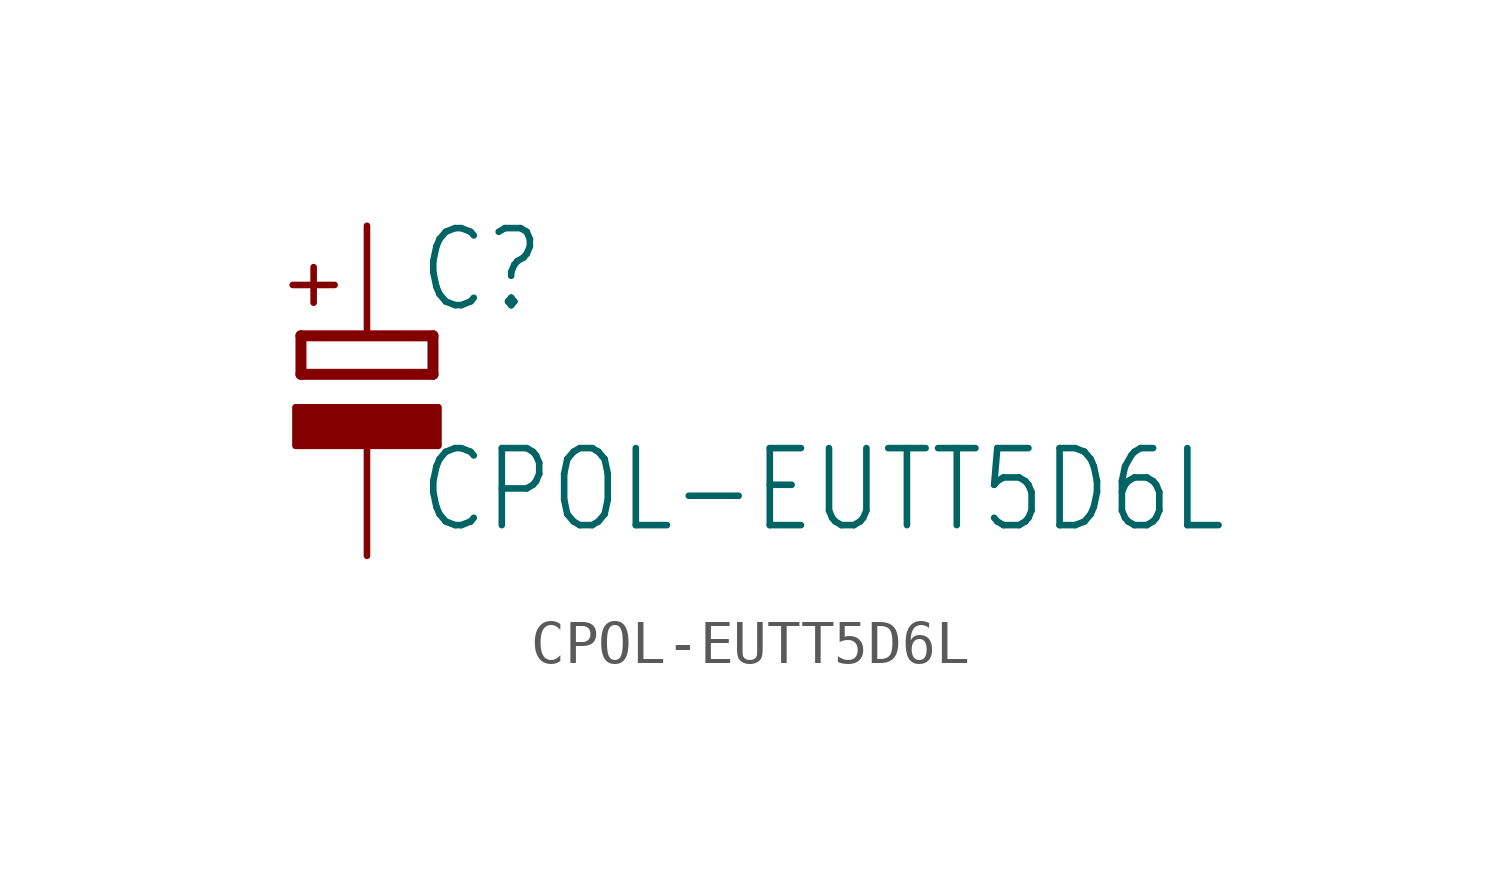
<source format=kicad_sym>
(kicad_symbol_lib
  (version 20210619)
  (generator kicad_symbol_editor)
  (symbol "CPOL-EUTT5D6L"
    (property "Reference" "C"
      (at 1.143 0.483 0)
      (effects (font (size 1.778 1.511)) (justify left bottom)))
    (property "Value" "CPOL-EUTT5D6L"
      (at 1.143 -4.597 0)
      (effects (font (size 1.778 1.511)) (justify left bottom)))
    (property "ki_locked" ""
      (at 0 0 0)
      (effects (font (size 1.27 1.27))))
    (symbol "CPOL-EUTT5D6L_1_0"
      (text "+" (at -0.584 0.406 900) (effects (font (size 1.27 1.079)) (justify left bottom)))
      (rectangle (start -1.651 -2.54) (end 1.651 -1.651) (stroke (width 0)) (fill (type outline)))
      (polyline (pts (xy -1.524 -0.889) (xy 1.524 -0.889)) (stroke (width 0.254)) (fill (type none)))
      (polyline (pts (xy -1.524 0) (xy -1.524 -0.889)) (stroke (width 0.254)) (fill (type none)))
      (polyline (pts (xy -1.524 0) (xy 1.524 0)) (stroke (width 0.254)) (fill (type none)))
      (polyline (pts (xy 1.524 -0.889) (xy 1.524 0)) (stroke (width 0.254)) (fill (type none)))
      (pin passive line (at 0 2.54 270) (length 2.54) (name "+" (effects (font (size 0 0)))) (number "+" (effects (font (size 0 0)))))
      (pin passive line (at 0 -5.08 90) (length 2.54) (name "-" (effects (font (size 0 0)))) (number "-" (effects (font (size 0 0))))))))
</source>
